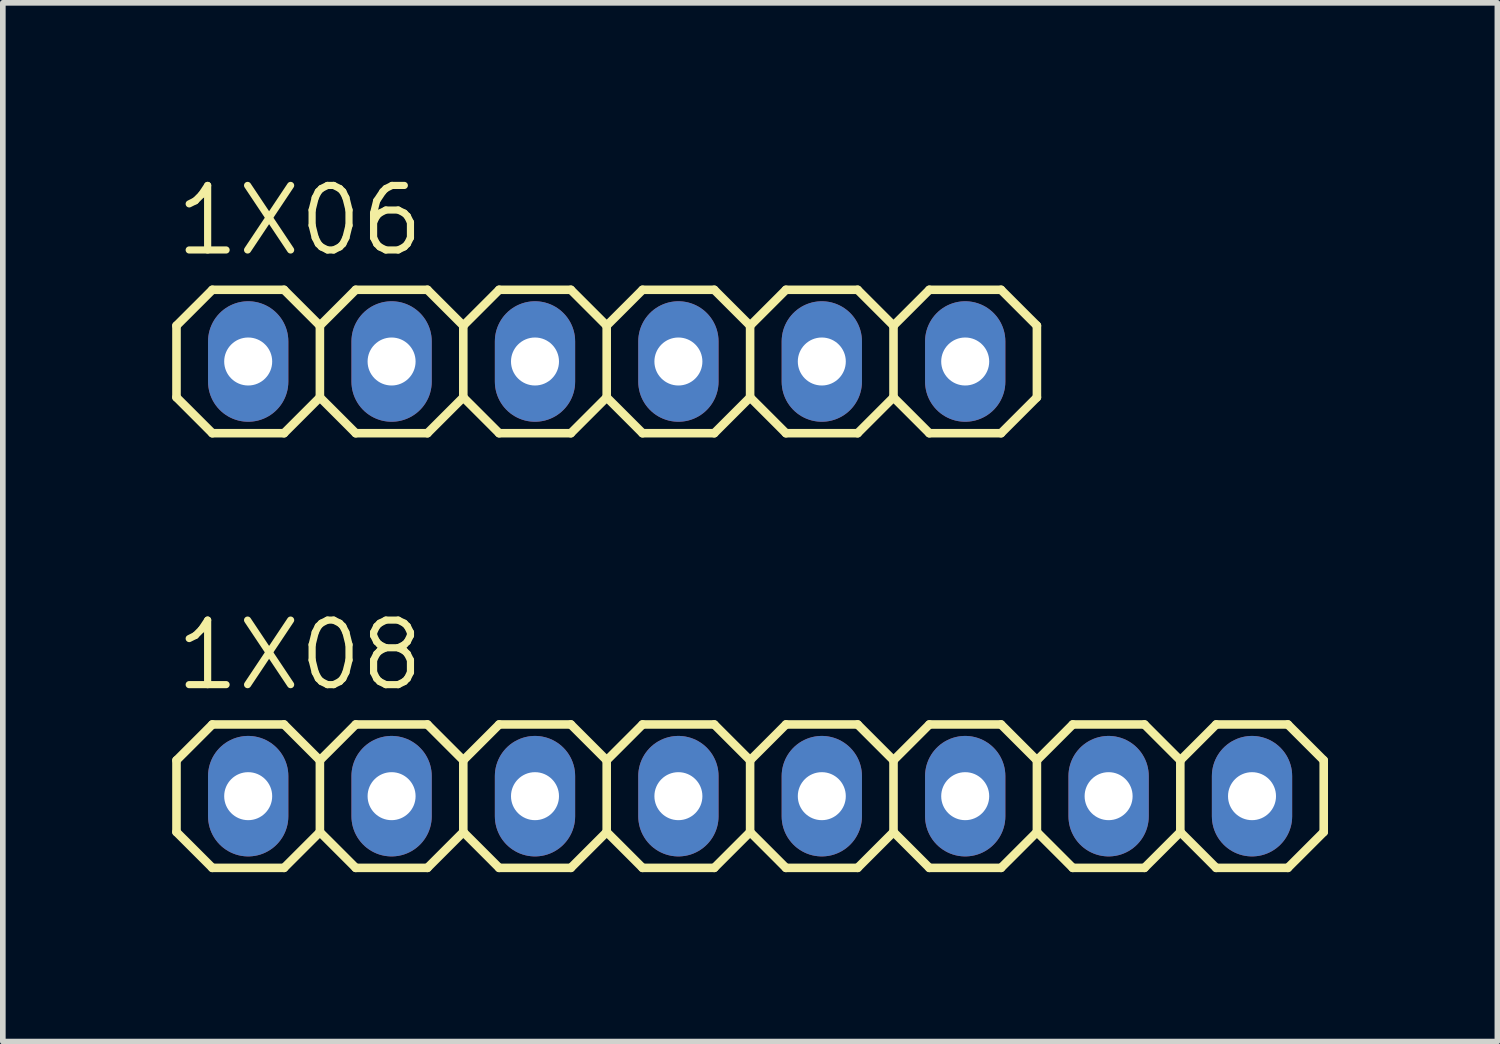
<source format=kicad_pcb>
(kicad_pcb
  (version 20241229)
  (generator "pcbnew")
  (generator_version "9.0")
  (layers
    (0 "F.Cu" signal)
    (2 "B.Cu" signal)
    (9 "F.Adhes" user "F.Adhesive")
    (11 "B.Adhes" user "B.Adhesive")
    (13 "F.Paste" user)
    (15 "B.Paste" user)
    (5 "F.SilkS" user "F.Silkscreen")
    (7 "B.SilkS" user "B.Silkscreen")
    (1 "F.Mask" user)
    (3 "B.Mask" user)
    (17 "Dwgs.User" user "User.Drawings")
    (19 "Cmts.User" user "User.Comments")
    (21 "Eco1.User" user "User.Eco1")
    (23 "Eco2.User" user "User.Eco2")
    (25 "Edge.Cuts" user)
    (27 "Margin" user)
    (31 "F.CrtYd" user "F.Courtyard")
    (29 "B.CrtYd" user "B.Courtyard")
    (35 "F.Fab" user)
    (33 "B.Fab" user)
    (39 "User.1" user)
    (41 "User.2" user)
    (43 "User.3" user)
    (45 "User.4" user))
  (footprint "1X08"
    (layer "F.Cu")
    (at 10.236 11.052)
    (property "Reference" "1X08" (at -10.236 -1.829 0) (layer "F.SilkS") (effects (font (size 1.143 1.143) (thickness 0.127)) (justify left bottom)))
    (fp_line (start -10.16 -0.635) (end -10.16 0.635) (stroke (width 0.152) (type solid)) (layer "F.SilkS"))
    (fp_line (start -10.16 0.635) (end -9.525 1.27) (stroke (width 0.152) (type solid)) (layer "F.SilkS"))
    (fp_line (start -9.525 -1.27) (end -10.16 -0.635) (stroke (width 0.152) (type solid)) (layer "F.SilkS"))
    (fp_line (start -9.525 -1.27) (end -8.255 -1.27) (stroke (width 0.152) (type solid)) (layer "F.SilkS"))
    (fp_line (start -8.255 -1.27) (end -7.62 -0.635) (stroke (width 0.152) (type solid)) (layer "F.SilkS"))
    (fp_line (start -8.255 1.27) (end -9.525 1.27) (stroke (width 0.152) (type solid)) (layer "F.SilkS"))
    (fp_line (start -7.62 -0.635) (end -7.62 0.635) (stroke (width 0.152) (type solid)) (layer "F.SilkS"))
    (fp_line (start -7.62 -0.635) (end -6.985 -1.27) (stroke (width 0.152) (type solid)) (layer "F.SilkS"))
    (fp_line (start -7.62 0.635) (end -8.255 1.27) (stroke (width 0.152) (type solid)) (layer "F.SilkS"))
    (fp_line (start -6.985 -1.27) (end -5.715 -1.27) (stroke (width 0.152) (type solid)) (layer "F.SilkS"))
    (fp_line (start -6.985 1.27) (end -7.62 0.635) (stroke (width 0.152) (type solid)) (layer "F.SilkS"))
    (fp_line (start -5.715 -1.27) (end -5.08 -0.635) (stroke (width 0.152) (type solid)) (layer "F.SilkS"))
    (fp_line (start -5.715 1.27) (end -6.985 1.27) (stroke (width 0.152) (type solid)) (layer "F.SilkS"))
    (fp_line (start -5.08 -0.635) (end -5.08 0.635) (stroke (width 0.152) (type solid)) (layer "F.SilkS"))
    (fp_line (start -5.08 -0.635) (end -4.445 -1.27) (stroke (width 0.152) (type solid)) (layer "F.SilkS"))
    (fp_line (start -5.08 0.635) (end -5.715 1.27) (stroke (width 0.152) (type solid)) (layer "F.SilkS"))
    (fp_line (start -4.445 -1.27) (end -3.175 -1.27) (stroke (width 0.152) (type solid)) (layer "F.SilkS"))
    (fp_line (start -4.445 1.27) (end -5.08 0.635) (stroke (width 0.152) (type solid)) (layer "F.SilkS"))
    (fp_line (start -3.175 -1.27) (end -2.54 -0.635) (stroke (width 0.152) (type solid)) (layer "F.SilkS"))
    (fp_line (start -3.175 1.27) (end -4.445 1.27) (stroke (width 0.152) (type solid)) (layer "F.SilkS"))
    (fp_line (start -2.54 -0.635) (end -2.54 0.635) (stroke (width 0.152) (type solid)) (layer "F.SilkS"))
    (fp_line (start -2.54 0.635) (end -3.175 1.27) (stroke (width 0.152) (type solid)) (layer "F.SilkS"))
    (fp_line (start -2.54 0.635) (end -1.905 1.27) (stroke (width 0.152) (type solid)) (layer "F.SilkS"))
    (fp_line (start -1.905 -1.27) (end -2.54 -0.635) (stroke (width 0.152) (type solid)) (layer "F.SilkS"))
    (fp_line (start -1.905 -1.27) (end -0.635 -1.27) (stroke (width 0.152) (type solid)) (layer "F.SilkS"))
    (fp_line (start -0.635 -1.27) (end 0 -0.635) (stroke (width 0.152) (type solid)) (layer "F.SilkS"))
    (fp_line (start -0.635 1.27) (end -1.905 1.27) (stroke (width 0.152) (type solid)) (layer "F.SilkS"))
    (fp_line (start 0 -0.635) (end 0 0.635) (stroke (width 0.152) (type solid)) (layer "F.SilkS"))
    (fp_line (start 0 -0.635) (end 0.635 -1.27) (stroke (width 0.152) (type solid)) (layer "F.SilkS"))
    (fp_line (start 0 0.635) (end -0.635 1.27) (stroke (width 0.152) (type solid)) (layer "F.SilkS"))
    (fp_line (start 0.635 -1.27) (end 1.905 -1.27) (stroke (width 0.152) (type solid)) (layer "F.SilkS"))
    (fp_line (start 0.635 1.27) (end 0 0.635) (stroke (width 0.152) (type solid)) (layer "F.SilkS"))
    (fp_line (start 1.905 -1.27) (end 2.54 -0.635) (stroke (width 0.152) (type solid)) (layer "F.SilkS"))
    (fp_line (start 1.905 1.27) (end 0.635 1.27) (stroke (width 0.152) (type solid)) (layer "F.SilkS"))
    (fp_line (start 2.54 -0.635) (end 2.54 0.635) (stroke (width 0.152) (type solid)) (layer "F.SilkS"))
    (fp_line (start 2.54 -0.635) (end 3.175 -1.27) (stroke (width 0.152) (type solid)) (layer "F.SilkS"))
    (fp_line (start 2.54 0.635) (end 1.905 1.27) (stroke (width 0.152) (type solid)) (layer "F.SilkS"))
    (fp_line (start 3.175 -1.27) (end 4.445 -1.27) (stroke (width 0.152) (type solid)) (layer "F.SilkS"))
    (fp_line (start 3.175 1.27) (end 2.54 0.635) (stroke (width 0.152) (type solid)) (layer "F.SilkS"))
    (fp_line (start 4.445 -1.27) (end 5.08 -0.635) (stroke (width 0.152) (type solid)) (layer "F.SilkS"))
    (fp_line (start 4.445 1.27) (end 3.175 1.27) (stroke (width 0.152) (type solid)) (layer "F.SilkS"))
    (fp_line (start 5.08 -0.635) (end 5.08 0.635) (stroke (width 0.152) (type solid)) (layer "F.SilkS"))
    (fp_line (start 5.08 0.635) (end 4.445 1.27) (stroke (width 0.152) (type solid)) (layer "F.SilkS"))
    (fp_line (start 5.08 0.635) (end 5.715 1.27) (stroke (width 0.152) (type solid)) (layer "F.SilkS"))
    (fp_line (start 5.715 -1.27) (end 5.08 -0.635) (stroke (width 0.152) (type solid)) (layer "F.SilkS"))
    (fp_line (start 5.715 -1.27) (end 6.985 -1.27) (stroke (width 0.152) (type solid)) (layer "F.SilkS"))
    (fp_line (start 6.985 -1.27) (end 7.62 -0.635) (stroke (width 0.152) (type solid)) (layer "F.SilkS"))
    (fp_line (start 6.985 1.27) (end 5.715 1.27) (stroke (width 0.152) (type solid)) (layer "F.SilkS"))
    (fp_line (start 7.62 -0.635) (end 7.62 0.635) (stroke (width 0.152) (type solid)) (layer "F.SilkS"))
    (fp_line (start 7.62 0.635) (end 6.985 1.27) (stroke (width 0.152) (type solid)) (layer "F.SilkS"))
    (fp_line (start 7.62 0.635) (end 8.255 1.27) (stroke (width 0.152) (type solid)) (layer "F.SilkS"))
    (fp_line (start 8.255 -1.27) (end 7.62 -0.635) (stroke (width 0.152) (type solid)) (layer "F.SilkS"))
    (fp_line (start 8.255 -1.27) (end 9.525 -1.27) (stroke (width 0.152) (type solid)) (layer "F.SilkS"))
    (fp_line (start 9.525 -1.27) (end 10.16 -0.635) (stroke (width 0.152) (type solid)) (layer "F.SilkS"))
    (fp_line (start 9.525 1.27) (end 8.255 1.27) (stroke (width 0.152) (type solid)) (layer "F.SilkS"))
    (fp_line (start 10.16 -0.635) (end 10.16 0.635) (stroke (width 0.152) (type solid)) (layer "F.SilkS"))
    (fp_line (start 10.16 0.635) (end 9.525 1.27) (stroke (width 0.152) (type solid)) (layer "F.SilkS"))
    (fp_poly (pts (xy -9.144 0.254) (xy -8.636 0.254) (xy -8.636 -0.254) (xy -9.144 -0.254)) (stroke (width 0.1) (type default)) (fill no) (layer "F.Fab"))
    (fp_poly (pts (xy -6.604 0.254) (xy -6.096 0.254) (xy -6.096 -0.254) (xy -6.604 -0.254)) (stroke (width 0.1) (type default)) (fill no) (layer "F.Fab"))
    (fp_poly (pts (xy -4.064 0.254) (xy -3.556 0.254) (xy -3.556 -0.254) (xy -4.064 -0.254)) (stroke (width 0.1) (type default)) (fill no) (layer "F.Fab"))
    (fp_poly (pts (xy -1.524 0.254) (xy -1.016 0.254) (xy -1.016 -0.254) (xy -1.524 -0.254)) (stroke (width 0.1) (type default)) (fill no) (layer "F.Fab"))
    (fp_poly (pts (xy 1.016 0.254) (xy 1.524 0.254) (xy 1.524 -0.254) (xy 1.016 -0.254)) (stroke (width 0.1) (type default)) (fill no) (layer "F.Fab"))
    (fp_poly (pts (xy 3.556 0.254) (xy 4.064 0.254) (xy 4.064 -0.254) (xy 3.556 -0.254)) (stroke (width 0.1) (type default)) (fill no) (layer "F.Fab"))
    (fp_poly (pts (xy 6.096 0.254) (xy 6.604 0.254) (xy 6.604 -0.254) (xy 6.096 -0.254)) (stroke (width 0.1) (type default)) (fill no) (layer "F.Fab"))
    (fp_poly (pts (xy 8.636 0.254) (xy 9.144 0.254) (xy 9.144 -0.254) (xy 8.636 -0.254)) (stroke (width 0.1) (type default)) (fill no) (layer "F.Fab"))
    (pad "1" thru_hole oval (at -8.89 0 90) (size 2.134 1.422) (drill 0.85) (layers "*.Cu" "*.Mask"))
    (pad "2" thru_hole oval (at -6.35 0 90) (size 2.134 1.422) (drill 0.85) (layers "*.Cu" "*.Mask"))
    (pad "3" thru_hole oval (at -3.81 0 90) (size 2.134 1.422) (drill 0.85) (layers "*.Cu" "*.Mask"))
    (pad "4" thru_hole oval (at -1.27 0 90) (size 2.134 1.422) (drill 0.85) (layers "*.Cu" "*.Mask"))
    (pad "5" thru_hole oval (at 1.27 0 90) (size 2.134 1.422) (drill 0.85) (layers "*.Cu" "*.Mask"))
    (pad "6" thru_hole oval (at 3.81 0 90) (size 2.134 1.422) (drill 0.85) (layers "*.Cu" "*.Mask"))
    (pad "7" thru_hole oval (at 6.35 0 90) (size 2.134 1.422) (drill 0.85) (layers "*.Cu" "*.Mask"))
    (pad "8" thru_hole oval (at 8.89 0 90) (size 2.134 1.422) (drill 0.85) (layers "*.Cu" "*.Mask")))
  (footprint "1X06"
    (layer "F.Cu")
    (at 7.696 3.353)
    (property "Reference" "1X06" (at -7.696 -1.829 0) (layer "F.SilkS") (effects (font (size 1.143 1.143) (thickness 0.127)) (justify left bottom)))
    (fp_line (start -7.62 -0.635) (end -7.62 0.635) (stroke (width 0.152) (type solid)) (layer "F.SilkS"))
    (fp_line (start -7.62 0.635) (end -6.985 1.27) (stroke (width 0.152) (type solid)) (layer "F.SilkS"))
    (fp_line (start -6.985 -1.27) (end -7.62 -0.635) (stroke (width 0.152) (type solid)) (layer "F.SilkS"))
    (fp_line (start -6.985 -1.27) (end -5.715 -1.27) (stroke (width 0.152) (type solid)) (layer "F.SilkS"))
    (fp_line (start -5.715 -1.27) (end -5.08 -0.635) (stroke (width 0.152) (type solid)) (layer "F.SilkS"))
    (fp_line (start -5.715 1.27) (end -6.985 1.27) (stroke (width 0.152) (type solid)) (layer "F.SilkS"))
    (fp_line (start -5.08 -0.635) (end -5.08 0.635) (stroke (width 0.152) (type solid)) (layer "F.SilkS"))
    (fp_line (start -5.08 -0.635) (end -4.445 -1.27) (stroke (width 0.152) (type solid)) (layer "F.SilkS"))
    (fp_line (start -5.08 0.635) (end -5.715 1.27) (stroke (width 0.152) (type solid)) (layer "F.SilkS"))
    (fp_line (start -4.445 -1.27) (end -3.175 -1.27) (stroke (width 0.152) (type solid)) (layer "F.SilkS"))
    (fp_line (start -4.445 1.27) (end -5.08 0.635) (stroke (width 0.152) (type solid)) (layer "F.SilkS"))
    (fp_line (start -3.175 -1.27) (end -2.54 -0.635) (stroke (width 0.152) (type solid)) (layer "F.SilkS"))
    (fp_line (start -3.175 1.27) (end -4.445 1.27) (stroke (width 0.152) (type solid)) (layer "F.SilkS"))
    (fp_line (start -2.54 -0.635) (end -2.54 0.635) (stroke (width 0.152) (type solid)) (layer "F.SilkS"))
    (fp_line (start -2.54 -0.635) (end -1.905 -1.27) (stroke (width 0.152) (type solid)) (layer "F.SilkS"))
    (fp_line (start -2.54 0.635) (end -3.175 1.27) (stroke (width 0.152) (type solid)) (layer "F.SilkS"))
    (fp_line (start -1.905 -1.27) (end -0.635 -1.27) (stroke (width 0.152) (type solid)) (layer "F.SilkS"))
    (fp_line (start -1.905 1.27) (end -2.54 0.635) (stroke (width 0.152) (type solid)) (layer "F.SilkS"))
    (fp_line (start -0.635 -1.27) (end 0 -0.635) (stroke (width 0.152) (type solid)) (layer "F.SilkS"))
    (fp_line (start -0.635 1.27) (end -1.905 1.27) (stroke (width 0.152) (type solid)) (layer "F.SilkS"))
    (fp_line (start 0 -0.635) (end 0 0.635) (stroke (width 0.152) (type solid)) (layer "F.SilkS"))
    (fp_line (start 0 0.635) (end -0.635 1.27) (stroke (width 0.152) (type solid)) (layer "F.SilkS"))
    (fp_line (start 0 0.635) (end 0.635 1.27) (stroke (width 0.152) (type solid)) (layer "F.SilkS"))
    (fp_line (start 0.635 -1.27) (end 0 -0.635) (stroke (width 0.152) (type solid)) (layer "F.SilkS"))
    (fp_line (start 0.635 -1.27) (end 1.905 -1.27) (stroke (width 0.152) (type solid)) (layer "F.SilkS"))
    (fp_line (start 1.905 -1.27) (end 2.54 -0.635) (stroke (width 0.152) (type solid)) (layer "F.SilkS"))
    (fp_line (start 1.905 1.27) (end 0.635 1.27) (stroke (width 0.152) (type solid)) (layer "F.SilkS"))
    (fp_line (start 2.54 -0.635) (end 2.54 0.635) (stroke (width 0.152) (type solid)) (layer "F.SilkS"))
    (fp_line (start 2.54 -0.635) (end 3.175 -1.27) (stroke (width 0.152) (type solid)) (layer "F.SilkS"))
    (fp_line (start 2.54 0.635) (end 1.905 1.27) (stroke (width 0.152) (type solid)) (layer "F.SilkS"))
    (fp_line (start 3.175 -1.27) (end 4.445 -1.27) (stroke (width 0.152) (type solid)) (layer "F.SilkS"))
    (fp_line (start 3.175 1.27) (end 2.54 0.635) (stroke (width 0.152) (type solid)) (layer "F.SilkS"))
    (fp_line (start 4.445 -1.27) (end 5.08 -0.635) (stroke (width 0.152) (type solid)) (layer "F.SilkS"))
    (fp_line (start 4.445 1.27) (end 3.175 1.27) (stroke (width 0.152) (type solid)) (layer "F.SilkS"))
    (fp_line (start 5.08 -0.635) (end 5.08 0.635) (stroke (width 0.152) (type solid)) (layer "F.SilkS"))
    (fp_line (start 5.08 0.635) (end 4.445 1.27) (stroke (width 0.152) (type solid)) (layer "F.SilkS"))
    (fp_line (start 5.08 0.635) (end 5.715 1.27) (stroke (width 0.152) (type solid)) (layer "F.SilkS"))
    (fp_line (start 5.715 -1.27) (end 5.08 -0.635) (stroke (width 0.152) (type solid)) (layer "F.SilkS"))
    (fp_line (start 5.715 -1.27) (end 6.985 -1.27) (stroke (width 0.152) (type solid)) (layer "F.SilkS"))
    (fp_line (start 6.985 -1.27) (end 7.62 -0.635) (stroke (width 0.152) (type solid)) (layer "F.SilkS"))
    (fp_line (start 6.985 1.27) (end 5.715 1.27) (stroke (width 0.152) (type solid)) (layer "F.SilkS"))
    (fp_line (start 7.62 -0.635) (end 7.62 0.635) (stroke (width 0.152) (type solid)) (layer "F.SilkS"))
    (fp_line (start 7.62 0.635) (end 6.985 1.27) (stroke (width 0.152) (type solid)) (layer "F.SilkS"))
    (fp_poly (pts (xy -6.604 0.254) (xy -6.096 0.254) (xy -6.096 -0.254) (xy -6.604 -0.254)) (stroke (width 0.1) (type default)) (fill no) (layer "F.Fab"))
    (fp_poly (pts (xy -4.064 0.254) (xy -3.556 0.254) (xy -3.556 -0.254) (xy -4.064 -0.254)) (stroke (width 0.1) (type default)) (fill no) (layer "F.Fab"))
    (fp_poly (pts (xy -1.524 0.254) (xy -1.016 0.254) (xy -1.016 -0.254) (xy -1.524 -0.254)) (stroke (width 0.1) (type default)) (fill no) (layer "F.Fab"))
    (fp_poly (pts (xy 1.016 0.254) (xy 1.524 0.254) (xy 1.524 -0.254) (xy 1.016 -0.254)) (stroke (width 0.1) (type default)) (fill no) (layer "F.Fab"))
    (fp_poly (pts (xy 3.556 0.254) (xy 4.064 0.254) (xy 4.064 -0.254) (xy 3.556 -0.254)) (stroke (width 0.1) (type default)) (fill no) (layer "F.Fab"))
    (fp_poly (pts (xy 6.096 0.254) (xy 6.604 0.254) (xy 6.604 -0.254) (xy 6.096 -0.254)) (stroke (width 0.1) (type default)) (fill no) (layer "F.Fab"))
    (pad "1" thru_hole oval (at -6.35 0 90) (size 2.134 1.422) (drill 0.85) (layers "*.Cu" "*.Mask"))
    (pad "2" thru_hole oval (at -3.81 0 90) (size 2.134 1.422) (drill 0.85) (layers "*.Cu" "*.Mask"))
    (pad "3" thru_hole oval (at -1.27 0 90) (size 2.134 1.422) (drill 0.85) (layers "*.Cu" "*.Mask"))
    (pad "4" thru_hole oval (at 1.27 0 90) (size 2.134 1.422) (drill 0.85) (layers "*.Cu" "*.Mask"))
    (pad "5" thru_hole oval (at 3.81 0 90) (size 2.134 1.422) (drill 0.85) (layers "*.Cu" "*.Mask"))
    (pad "6" thru_hole oval (at 6.35 0 90) (size 2.134 1.422) (drill 0.85) (layers "*.Cu" "*.Mask")))
  (gr_rect
    (start -3 -3)
    (end 23.472 15.398)
    (stroke (width 0.1) (type default))
    (fill no)
    (layer "Edge.Cuts")))
</source>
